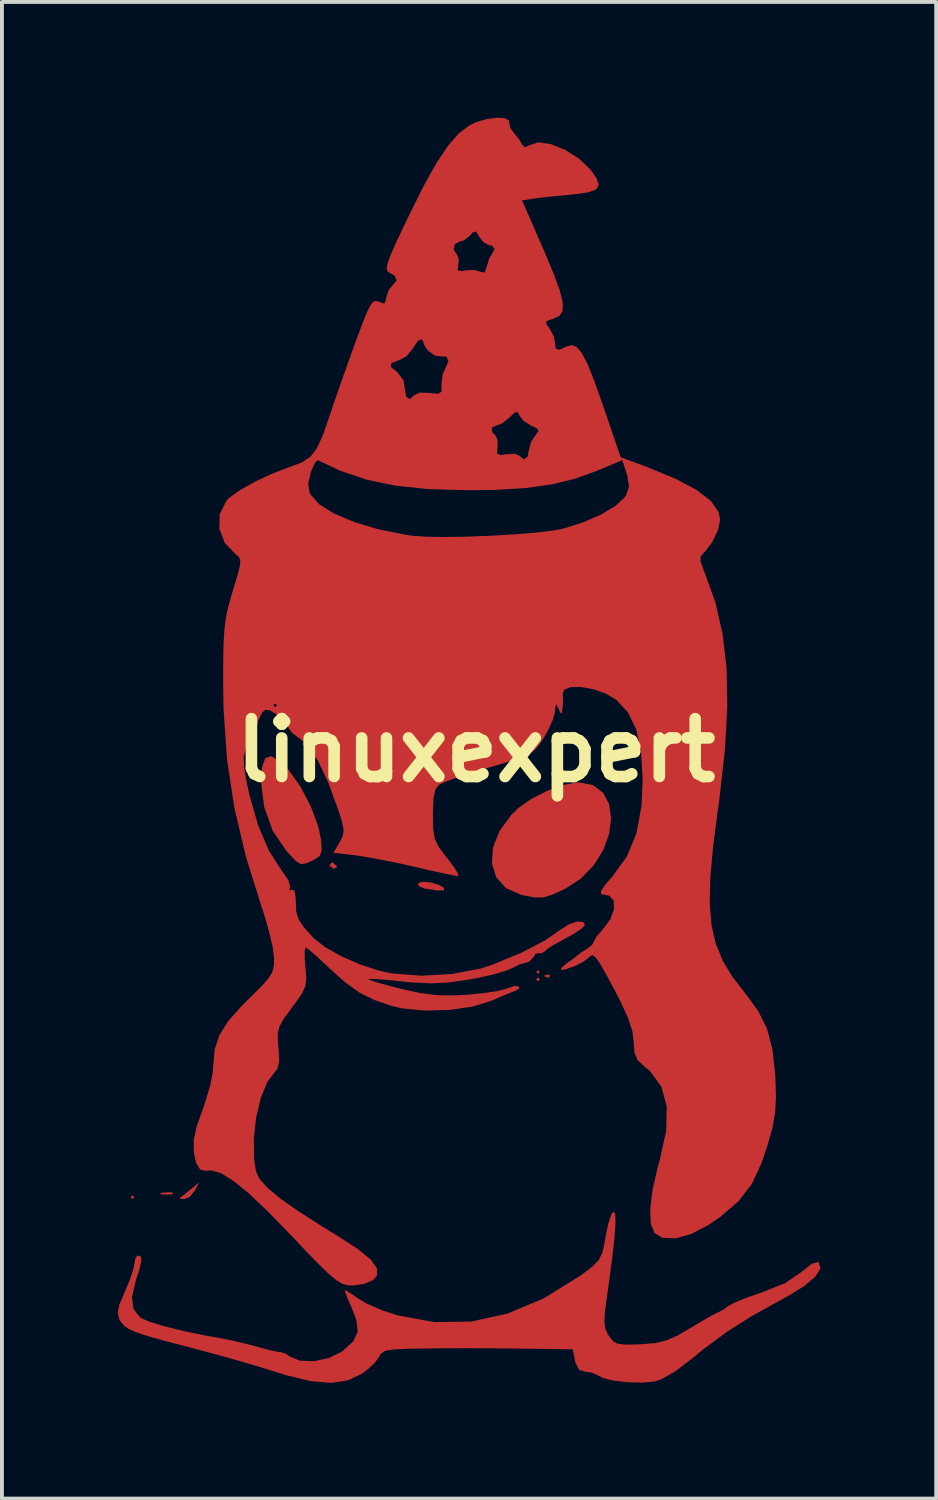
<source format=kicad_pcb>
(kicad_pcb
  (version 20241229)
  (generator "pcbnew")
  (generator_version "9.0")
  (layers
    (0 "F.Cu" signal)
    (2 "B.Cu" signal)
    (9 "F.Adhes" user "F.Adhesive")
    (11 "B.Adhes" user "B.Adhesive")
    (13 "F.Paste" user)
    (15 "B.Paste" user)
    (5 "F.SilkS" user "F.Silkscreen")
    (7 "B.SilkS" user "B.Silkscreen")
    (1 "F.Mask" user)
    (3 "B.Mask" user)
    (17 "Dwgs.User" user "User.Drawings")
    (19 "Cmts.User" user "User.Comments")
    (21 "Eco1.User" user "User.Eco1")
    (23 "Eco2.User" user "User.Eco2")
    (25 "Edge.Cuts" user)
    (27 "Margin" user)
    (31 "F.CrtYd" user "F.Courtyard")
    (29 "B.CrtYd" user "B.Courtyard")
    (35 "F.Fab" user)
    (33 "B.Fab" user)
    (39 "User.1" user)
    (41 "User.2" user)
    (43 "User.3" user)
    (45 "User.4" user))
  (footprint "linuxexpert"
    (layer "F.Cu")
    (at 9.287 16.395)
    (property "Reference" "linuxexpert" (at 0 0 0) (layer "F.SilkS") (effects (font (size 1.5 1.5) (thickness 0.3))))
    (attr board_only exclude_from_pos_files exclude_from_bom)
    (fp_poly (pts (xy -8.856 11.581) (xy -8.905 11.63) (xy -8.953 11.581) (xy -8.905 11.532)) (stroke (width 0) (type solid)) (fill yes) (layer "F.Cu"))
    (fp_poly (pts (xy 1.654 5.742) (xy 1.606 5.79) (xy 1.557 5.742) (xy 1.606 5.693)) (stroke (width 0) (type solid)) (fill yes) (layer "F.Cu"))
    (fp_poly (pts (xy 1.654 5.936) (xy 1.606 5.985) (xy 1.557 5.936) (xy 1.606 5.888)) (stroke (width 0) (type solid)) (fill yes) (layer "F.Cu"))
    (fp_poly (pts (xy 1.914 5.823) (xy 1.901 5.881) (xy 1.849 5.888) (xy 1.769 5.852) (xy 1.784 5.823) (xy 1.9 5.811)) (stroke (width 0) (type solid)) (fill yes) (layer "F.Cu"))
    (fp_poly (pts (xy -7.857 11.468) (xy -7.853 11.5) (xy -8.006 11.513) (xy -8.029 11.513) (xy -8.18 11.499) (xy -8.165 11.47) (xy -8.149 11.465) (xy -7.937 11.45)) (stroke (width 0) (type solid)) (fill yes) (layer "F.Cu"))
    (fp_poly (pts (xy -3.698 2.92) (xy -3.605 3.007) (xy -3.601 3.023) (xy -3.676 3.064) (xy -3.698 3.066) (xy -3.792 2.991) (xy -3.795 2.962) (xy -3.736 2.904)) (stroke (width 0) (type solid)) (fill yes) (layer "F.Cu"))
    (fp_poly (pts (xy -7.288 11.411) (xy -7.433 11.578) (xy -7.562 11.63) (xy -7.678 11.617) (xy -7.68 11.604) (xy -7.584 11.53) (xy -7.409 11.387) (xy -7.406 11.385) (xy -7.173 11.192)) (stroke (width 0) (type solid)) (fill yes) (layer "F.Cu"))
    (fp_poly (pts (xy -1.164 3.425) (xy -0.942 3.496) (xy -0.832 3.565) (xy -0.829 3.624) (xy -0.996 3.631) (xy -1.314 3.585) (xy -1.34 3.581) (xy -1.488 3.516) (xy -1.504 3.447) (xy -1.38 3.404)) (stroke (width 0) (type solid)) (fill yes) (layer "F.Cu"))
    (fp_poly (pts (xy -5.086 0.28) (xy -4.861 0.506) (xy -4.552 0.938) (xy -4.281 1.456) (xy -4.087 1.981) (xy -4.015 2.329) (xy -4 2.594) (xy -4.052 2.74) (xy -4.201 2.838) (xy -4.228 2.851) (xy -4.416 2.933) (xy -4.543 2.946) (xy -4.667 2.869) (xy -4.849 2.68) (xy -4.919 2.603) (xy -5.268 2.089) (xy -5.492 1.463) (xy -5.569 0.852) (xy -5.548 0.435) (xy -5.463 0.202) (xy -5.309 0.15)) (stroke (width 0) (type solid)) (fill yes) (layer "F.Cu"))
    (fp_poly (pts (xy 3.029 0.9) (xy 3.293 1.1) (xy 3.449 1.397) (xy 3.499 1.763) (xy 3.447 2.168) (xy 3.296 2.583) (xy 3.049 2.979) (xy 2.711 3.327) (xy 2.333 3.573) (xy 1.999 3.732) (xy 1.757 3.809) (xy 1.53 3.814) (xy 1.238 3.76) (xy 1.169 3.744) (xy 0.778 3.572) (xy 0.524 3.292) (xy 0.411 2.932) (xy 0.438 2.522) (xy 0.607 2.09) (xy 0.917 1.667) (xy 1.101 1.489) (xy 1.433 1.258) (xy 1.847 1.049) (xy 2.27 0.896) (xy 2.624 0.829) (xy 2.652 0.828)) (stroke (width 0) (type solid)) (fill yes) (layer "F.Cu"))
    (fp_poly (pts (xy 3.605 12.01) (xy 3.614 12.233) (xy 3.587 12.627) (xy 3.523 13.197) (xy 3.421 13.951) (xy 3.395 14.13) (xy 3.341 14.537) (xy 3.325 14.805) (xy 3.349 14.986) (xy 3.415 15.132) (xy 3.441 15.174) (xy 3.543 15.306) (xy 3.667 15.376) (xy 3.867 15.401) (xy 4.199 15.394) (xy 4.259 15.391) (xy 4.629 15.362) (xy 4.924 15.294) (xy 5.223 15.163) (xy 5.581 14.955) (xy 5.899 14.766) (xy 6.15 14.623) (xy 6.29 14.553) (xy 6.304 14.549) (xy 6.413 14.493) (xy 6.513 14.415) (xy 6.677 14.322) (xy 6.97 14.2) (xy 7.331 14.073) (xy 7.383 14.057) (xy 8.007 13.808) (xy 8.446 13.507) (xy 8.699 13.305) (xy 8.859 13.259) (xy 8.887 13.276) (xy 8.923 13.432) (xy 8.791 13.639) (xy 8.506 13.881) (xy 8.082 14.144) (xy 7.964 14.207) (xy 7.169 14.645) (xy 6.496 15.071) (xy 5.881 15.527) (xy 5.595 15.763) (xy 5.162 16.093) (xy 4.795 16.3) (xy 4.619 16.357) (xy 4.302 16.385) (xy 3.933 16.376) (xy 3.576 16.335) (xy 3.297 16.27) (xy 3.175 16.206) (xy 3.004 16.126) (xy 2.849 16.106) (xy 2.671 16.056) (xy 2.577 15.872) (xy 2.564 15.814) (xy 2.506 15.522) (xy 1.326 15.506) (xy 0.417 15.496) (xy -0.358 15.493) (xy -1.057 15.497) (xy -1.741 15.508) (xy -1.779 15.508) (xy -2.142 15.525) (xy -2.356 15.562) (xy -2.468 15.634) (xy -2.509 15.71) (xy -2.63 15.878) (xy -2.851 16.077) (xy -2.948 16.148) (xy -3.316 16.325) (xy -3.751 16.392) (xy -4.281 16.347) (xy -4.933 16.19) (xy -5.207 16.104) (xy -5.643 15.968) (xy -6.2 15.805) (xy -6.808 15.635) (xy -7.398 15.478) (xy -7.445 15.465) (xy -8.043 15.309) (xy -8.481 15.187) (xy -8.787 15.088) (xy -8.991 15) (xy -9.12 14.912) (xy -9.205 14.812) (xy -9.246 14.742) (xy -9.287 14.583) (xy -9.245 14.368) (xy -9.109 14.044) (xy -9.102 14.029) (xy -8.967 13.709) (xy -8.878 13.431) (xy -8.856 13.299) (xy -8.818 13.133) (xy -8.759 13.089) (xy -8.683 13.12) (xy -8.672 13.234) (xy -8.73 13.468) (xy -8.815 13.73) (xy -8.916 14.164) (xy -8.878 14.48) (xy -8.697 14.699) (xy -8.663 14.721) (xy -8.445 14.814) (xy -8.079 14.924) (xy -7.611 15.04) (xy -7.086 15.151) (xy -6.666 15.226) (xy -6.275 15.304) (xy -5.837 15.41) (xy -5.644 15.463) (xy -5.345 15.544) (xy -5.126 15.591) (xy -5.051 15.595) (xy -4.94 15.63) (xy -4.828 15.708) (xy -4.562 15.818) (xy -4.203 15.83) (xy -3.82 15.749) (xy -3.482 15.584) (xy -3.451 15.561) (xy -3.179 15.311) (xy -3.067 15.064) (xy -3.102 14.763) (xy -3.206 14.491) (xy -3.32 14.223) (xy -3.393 14.037) (xy -3.406 13.99) (xy -3.338 14.013) (xy -3.167 14.126) (xy -3.076 14.194) (xy -2.814 14.346) (xy -2.442 14.507) (xy -2.039 14.641) (xy -2.032 14.643) (xy -1.075 14.817) (xy -0.131 14.803) (xy 0.808 14.599) (xy 1.749 14.204) (xy 2.696 13.617) (xy 2.725 13.596) (xy 3.012 13.38) (xy 3.181 13.206) (xy 3.276 13.009) (xy 3.338 12.719) (xy 3.357 12.598) (xy 3.423 12.276) (xy 3.498 12.041) (xy 3.559 11.951)) (stroke (width 0) (type solid)) (fill yes) (layer "F.Cu"))
    (fp_poly (pts (xy 0.752 -16.382) (xy 0.855 -16.318) (xy 0.854 -16.283) (xy 0.885 -16.131) (xy 0.979 -16.003) (xy 1.129 -15.817) (xy 1.188 -15.705) (xy 1.264 -15.623) (xy 1.371 -15.679) (xy 1.614 -15.756) (xy 1.94 -15.71) (xy 2.304 -15.563) (xy 2.66 -15.338) (xy 2.961 -15.057) (xy 3.123 -14.824) (xy 3.18 -14.655) (xy 3.119 -14.54) (xy 2.916 -14.463) (xy 2.549 -14.41) (xy 2.429 -14.398) (xy 2.044 -14.362) (xy 1.692 -14.324) (xy 1.496 -14.298) (xy 1.192 -14.253) (xy 1.758 -12.953) (xy 2.007 -12.362) (xy 2.168 -11.921) (xy 2.247 -11.606) (xy 2.244 -11.394) (xy 2.163 -11.262) (xy 2.007 -11.186) (xy 1.979 -11.179) (xy 1.817 -11.121) (xy 1.825 -11.035) (xy 1.893 -10.953) (xy 2.016 -10.727) (xy 2.044 -10.576) (xy 2.065 -10.405) (xy 2.159 -10.38) (xy 2.329 -10.458) (xy 2.472 -10.502) (xy 2.605 -10.456) (xy 2.739 -10.3) (xy 2.887 -10.017) (xy 3.06 -9.585) (xy 3.273 -8.986) (xy 3.283 -8.956) (xy 3.747 -7.597) (xy 4.428 -7.343) (xy 5.164 -7.041) (xy 5.713 -6.75) (xy 6.084 -6.464) (xy 6.284 -6.178) (xy 6.326 -5.967) (xy 6.265 -5.697) (xy 6.116 -5.389) (xy 5.928 -5.144) (xy 5.9 -5.12) (xy 5.819 -5.023) (xy 5.818 -4.891) (xy 5.899 -4.661) (xy 5.931 -4.587) (xy 6.203 -3.831) (xy 6.389 -3.018) (xy 6.492 -2.126) (xy 6.511 -1.131) (xy 6.448 -0.009) (xy 6.305 1.263) (xy 6.267 1.537) (xy 6.142 2.497) (xy 6.07 3.297) (xy 6.055 3.964) (xy 6.101 4.527) (xy 6.212 5.014) (xy 6.393 5.453) (xy 6.647 5.872) (xy 6.965 6.283) (xy 7.309 6.749) (xy 7.54 7.216) (xy 7.68 7.747) (xy 7.752 8.402) (xy 7.755 8.451) (xy 7.771 8.954) (xy 7.751 9.373) (xy 7.682 9.777) (xy 7.553 10.234) (xy 7.393 10.705) (xy 7.15 11.231) (xy 6.807 11.679) (xy 6.326 12.093) (xy 6.041 12.288) (xy 5.581 12.532) (xy 5.167 12.648) (xy 4.829 12.631) (xy 4.623 12.506) (xy 4.528 12.272) (xy 4.512 11.889) (xy 4.575 11.383) (xy 4.713 10.781) (xy 4.762 10.61) (xy 4.927 9.859) (xy 4.941 9.229) (xy 4.803 8.716) (xy 4.512 8.318) (xy 4.388 8.215) (xy 4.189 8.033) (xy 4.103 7.827) (xy 4.087 7.577) (xy 4.052 7.285) (xy 3.938 6.934) (xy 3.729 6.48) (xy 3.639 6.306) (xy 3.397 5.849) (xy 3.224 5.546) (xy 3.105 5.373) (xy 3.023 5.308) (xy 2.961 5.329) (xy 2.94 5.355) (xy 2.794 5.47) (xy 2.554 5.591) (xy 2.314 5.677) (xy 2.212 5.693) (xy 2.199 5.648) (xy 2.323 5.539) (xy 2.338 5.528) (xy 2.526 5.394) (xy 2.628 5.309) (xy 2.745 5.223) (xy 2.86 5.154) (xy 3.011 5.034) (xy 3.05 4.96) (xy 3.118 4.831) (xy 3.272 4.65) (xy 3.279 4.644) (xy 3.478 4.379) (xy 3.575 4.114) (xy 3.566 3.894) (xy 3.448 3.764) (xy 3.352 3.747) (xy 3.239 3.725) (xy 3.238 3.641) (xy 3.359 3.468) (xy 3.54 3.26) (xy 3.909 2.749) (xy 4.155 2.154) (xy 4.287 1.445) (xy 4.317 0.77) (xy 4.275 0.034) (xy 4.15 -0.544) (xy 3.934 -0.988) (xy 3.63 -1.312) (xy 3.36 -1.472) (xy 3.043 -1.583) (xy 2.727 -1.641) (xy 2.459 -1.64) (xy 2.286 -1.574) (xy 2.248 -1.472) (xy 2.252 -1.295) (xy 2.243 -1.119) (xy 2.223 -0.956) (xy 2.185 -0.975) (xy 2.141 -1.07) (xy 2.079 -1.194) (xy 2.055 -1.142) (xy 2.049 -1.022) (xy 1.993 -0.801) (xy 1.859 -0.505) (xy 1.761 -0.334) (xy 1.637 -0.146) (xy 1.519 -0.009) (xy 1.368 0.097) (xy 1.145 0.195) (xy 0.812 0.304) (xy 0.34 0.442) (xy -0.117 0.58) (xy -0.514 0.711) (xy -0.81 0.819) (xy -0.96 0.89) (xy -1.052 1.012) (xy -1.102 1.239) (xy -1.119 1.612) (xy -1.119 1.673) (xy -1.111 2.041) (xy -1.071 2.29) (xy -0.972 2.499) (xy -0.789 2.744) (xy -0.742 2.8) (xy -0.562 3.039) (xy -0.464 3.205) (xy -0.467 3.26) (xy -0.599 3.239) (xy -0.876 3.181) (xy -1.253 3.097) (xy -1.574 3.022) (xy -2.064 2.913) (xy -2.554 2.815) (xy -2.968 2.743) (xy -3.137 2.719) (xy -3.696 2.654) (xy -3.539 2.387) (xy -3.453 2.218) (xy -3.432 2.06) (xy -3.476 1.841) (xy -3.553 1.596) (xy -3.822 0.854) (xy -4.091 0.281) (xy -4.353 -0.114) (xy -4.562 -0.3) (xy -4.763 -0.449) (xy -4.863 -0.582) (xy -4.866 -0.598) (xy -4.939 -0.729) (xy -5.117 -0.895) (xy -5.147 -0.917) (xy -5.347 -1.041) (xy -5.467 -1.046) (xy -5.544 -0.977) (xy -5.646 -0.772) (xy -5.688 -0.586) (xy -5.772 -0.32) (xy -5.875 -0.161) (xy -5.976 -0.012) (xy -6.021 0.174) (xy -6.011 0.439) (xy -5.945 0.825) (xy -5.875 1.149) (xy -5.649 1.941) (xy -5.364 2.609) (xy -5.034 3.12) (xy -5.02 3.137) (xy -4.868 3.36) (xy -4.816 3.532) (xy -4.825 3.565) (xy -4.839 3.634) (xy -4.784 3.61) (xy -4.707 3.632) (xy -4.674 3.827) (xy -4.671 3.94) (xy -4.659 4.185) (xy -4.601 4.376) (xy -4.468 4.576) (xy -4.227 4.847) (xy -4.212 4.863) (xy -3.924 5.092) (xy -3.506 5.328) (xy -3.019 5.542) (xy -2.525 5.706) (xy -2.19 5.78) (xy -1.421 5.84) (xy -0.627 5.796) (xy 0.112 5.656) (xy 0.425 5.555) (xy 1.184 5.24) (xy 1.786 4.926) (xy 2.173 4.658) (xy 2.409 4.506) (xy 2.63 4.433) (xy 2.784 4.45) (xy 2.822 4.524) (xy 2.742 4.615) (xy 2.534 4.755) (xy 2.311 4.877) (xy 2.031 5.029) (xy 1.832 5.157) (xy 1.768 5.22) (xy 1.675 5.262) (xy 1.645 5.25) (xy 1.541 5.275) (xy 1.497 5.346) (xy 1.374 5.48) (xy 1.3 5.498) (xy 1.117 5.549) (xy 0.944 5.64) (xy 0.753 5.72) (xy 0.427 5.813) (xy 0.023 5.902) (xy -0.157 5.935) (xy -0.71 6.015) (xy -1.184 6.039) (xy -1.687 6.012) (xy -1.902 5.99) (xy -2.288 5.95) (xy -2.592 5.926) (xy -2.77 5.922) (xy -2.796 5.927) (xy -2.724 5.963) (xy -2.502 6.033) (xy -2.17 6.123) (xy -1.957 6.177) (xy -1.438 6.291) (xy -1.003 6.346) (xy -0.554 6.351) (xy -0.24 6.333) (xy 0.168 6.295) (xy 0.518 6.244) (xy 0.751 6.189) (xy 0.793 6.172) (xy 0.995 6.107) (xy 1.1 6.113) (xy 1.123 6.172) (xy 1.022 6.228) (xy 0.816 6.31) (xy 0.525 6.434) (xy 0.403 6.488) (xy -0.089 6.64) (xy -0.689 6.727) (xy -1.322 6.744) (xy -1.911 6.687) (xy -2.173 6.627) (xy -2.634 6.471) (xy -3.018 6.28) (xy -3.388 6.016) (xy -3.809 5.639) (xy -3.842 5.606) (xy -4.1 5.365) (xy -4.304 5.189) (xy -4.413 5.11) (xy -4.418 5.109) (xy -4.442 5.196) (xy -4.439 5.42) (xy -4.422 5.62) (xy -4.399 5.902) (xy -4.423 6.108) (xy -4.516 6.309) (xy -4.702 6.574) (xy -4.772 6.666) (xy -4.987 6.96) (xy -5.103 7.171) (xy -5.143 7.367) (xy -5.13 7.617) (xy -5.12 7.7) (xy -5.1 8.046) (xy -5.144 8.248) (xy -5.196 8.312) (xy -5.406 8.588) (xy -5.577 9.004) (xy -5.698 9.51) (xy -5.76 10.054) (xy -5.753 10.584) (xy -5.703 10.91) (xy -5.612 11.104) (xy -5.409 11.333) (xy -5.082 11.607) (xy -4.615 11.936) (xy -3.996 12.333) (xy -3.569 12.594) (xy -3.059 12.926) (xy -2.725 13.202) (xy -2.564 13.429) (xy -2.569 13.616) (xy -2.674 13.732) (xy -2.897 13.825) (xy -3.189 13.867) (xy -3.213 13.868) (xy -3.347 13.859) (xy -3.477 13.818) (xy -3.626 13.727) (xy -3.817 13.568) (xy -4.074 13.319) (xy -4.42 12.964) (xy -4.812 12.55) (xy -5.407 11.938) (xy -5.898 11.474) (xy -6.298 11.15) (xy -6.616 10.955) (xy -6.866 10.883) (xy -7 10.897) (xy -7.15 10.863) (xy -7.259 10.683) (xy -7.317 10.407) (xy -7.315 10.081) (xy -7.242 9.753) (xy -7.237 9.74) (xy -7.025 9.137) (xy -6.889 8.681) (xy -6.822 8.341) (xy -6.812 8.184) (xy -6.776 7.758) (xy -6.653 7.383) (xy -6.42 7.012) (xy -6.052 6.6) (xy -5.913 6.463) (xy -5.596 6.149) (xy -5.395 5.927) (xy -5.285 5.755) (xy -5.24 5.591) (xy -5.234 5.396) (xy -5.235 5.378) (xy -5.272 5.096) (xy -5.362 4.702) (xy -5.489 4.265) (xy -5.542 4.106) (xy -5.964 2.758) (xy -6.264 1.489) (xy -6.454 0.237) (xy -6.543 -1.06) (xy -6.545 -1.168) (xy -5.255 -1.168) (xy -5.207 -1.119) (xy -5.158 -1.168) (xy -5.207 -1.216) (xy -5.255 -1.168) (xy -6.545 -1.168) (xy -6.554 -1.703) (xy -6.553 -2.322) (xy -6.543 -2.792) (xy -6.519 -3.156) (xy -6.478 -3.461) (xy -6.414 -3.751) (xy -6.323 -4.071) (xy -6.304 -4.133) (xy -6.185 -4.527) (xy -6.121 -4.777) (xy -6.11 -4.926) (xy -6.148 -5.014) (xy -6.233 -5.084) (xy -6.237 -5.088) (xy -6.517 -5.383) (xy -6.653 -5.746) (xy -6.642 -6.122) (xy -6.475 -6.459) (xy -6.394 -6.546) (xy -6.126 -6.74) (xy -5.824 -6.909) (xy -4.351 -6.909) (xy -4.318 -6.694) (xy -4.281 -6.617) (xy -4.059 -6.372) (xy -3.673 -6.134) (xy -3.156 -5.916) (xy -2.54 -5.731) (xy -1.857 -5.592) (xy -1.654 -5.562) (xy -1.3 -5.536) (xy -0.808 -5.529) (xy -0.227 -5.538) (xy 0.394 -5.562) (xy 1.004 -5.598) (xy 1.556 -5.643) (xy 1.999 -5.696) (xy 2.23 -5.739) (xy 2.759 -5.902) (xy 3.236 -6.109) (xy 3.617 -6.337) (xy 3.859 -6.565) (xy 3.892 -6.617) (xy 3.962 -6.84) (xy 3.922 -7.108) (xy 3.9 -7.18) (xy 3.788 -7.52) (xy 3.132 -7.244) (xy 2.562 -7.038) (xy 1.957 -6.891) (xy 1.277 -6.797) (xy 0.48 -6.749) (xy -0.243 -6.741) (xy -1.237 -6.771) (xy -2.083 -6.858) (xy -2.825 -7.011) (xy -3.504 -7.239) (xy -4.102 -7.519) (xy -4.17 -7.459) (xy -4.259 -7.268) (xy -4.284 -7.196) (xy -4.351 -6.909) (xy -5.824 -6.909) (xy -5.737 -6.957) (xy -5.294 -7.166) (xy -4.862 -7.332) (xy -4.817 -7.347) (xy -4.512 -7.463) (xy -4.291 -7.612) (xy -4.12 -7.836) (xy -3.967 -8.176) (xy -3.902 -8.36) (xy 0.404 -8.36) (xy 0.421 -8.237) (xy 0.496 -8.169) (xy 0.56 -8.034) (xy 0.556 -7.862) (xy 0.543 -7.695) (xy 0.63 -7.652) (xy 0.786 -7.675) (xy 1.003 -7.686) (xy 1.121 -7.636) (xy 1.241 -7.543) (xy 1.338 -7.616) (xy 1.362 -7.753) (xy 1.426 -7.993) (xy 1.521 -8.14) (xy 1.62 -8.274) (xy 1.568 -8.352) (xy 1.437 -8.408) (xy 1.229 -8.538) (xy 1.13 -8.669) (xy 1.07 -8.773) (xy 0.984 -8.743) (xy 0.869 -8.628) (xy 0.682 -8.475) (xy 0.531 -8.418) (xy 0.404 -8.36) (xy -3.902 -8.36) (xy -3.836 -8.551) (xy -3.695 -8.967) (xy -3.512 -9.495) (xy -3.356 -9.936) (xy -2.209 -9.936) (xy -2.044 -9.803) (xy -1.882 -9.593) (xy -1.849 -9.39) (xy -1.812 -9.168) (xy -1.72 -9.1) (xy -1.6 -9.206) (xy -1.599 -9.207) (xy -1.46 -9.27) (xy -1.206 -9.262) (xy -1.203 -9.262) (xy -0.982 -9.239) (xy -0.898 -9.295) (xy -0.894 -9.47) (xy -0.895 -9.485) (xy -0.868 -9.743) (xy -0.79 -9.912) (xy -0.715 -10.085) (xy -0.768 -10.205) (xy -0.915 -10.209) (xy -1.074 -10.234) (xy -1.248 -10.361) (xy -1.356 -10.523) (xy -1.362 -10.566) (xy -1.406 -10.658) (xy -1.508 -10.608) (xy -1.623 -10.442) (xy -1.635 -10.416) (xy -1.807 -10.21) (xy -1.992 -10.113) (xy -2.196 -10.034) (xy -2.209 -9.936) (xy -3.356 -9.936) (xy -3.312 -10.061) (xy -3.141 -10.533) (xy -2.961 -11.019) (xy -2.83 -11.347) (xy -2.732 -11.544) (xy -2.653 -11.635) (xy -2.578 -11.648) (xy -2.521 -11.625) (xy -2.378 -11.578) (xy -2.336 -11.677) (xy -2.336 -11.711) (xy -2.265 -11.93) (xy -2.19 -12.019) (xy -2.057 -12.176) (xy -2.11 -12.299) (xy -2.229 -12.369) (xy -2.293 -12.412) (xy -2.318 -12.485) (xy -2.297 -12.614) (xy -2.22 -12.824) (xy -2.157 -12.967) (xy -0.579 -12.967) (xy -0.496 -12.852) (xy -0.447 -12.726) (xy -0.462 -12.588) (xy -0.477 -12.441) (xy -0.375 -12.418) (xy -0.282 -12.438) (xy -0.043 -12.45) (xy 0.098 -12.406) (xy 0.217 -12.38) (xy 0.274 -12.521) (xy 0.276 -12.532) (xy 0.34 -12.747) (xy 0.398 -12.841) (xy 0.483 -12.996) (xy 0.405 -13.083) (xy 0.344 -13.089) (xy 0.193 -13.167) (xy 0.088 -13.301) (xy -0.006 -13.445) (xy -0.086 -13.424) (xy -0.145 -13.35) (xy -0.315 -13.214) (xy -0.424 -13.187) (xy -0.554 -13.115) (xy -0.579 -12.967) (xy -2.157 -12.967) (xy -2.08 -13.142) (xy -1.867 -13.594) (xy -1.713 -13.916) (xy -1.34 -14.661) (xy -1.015 -15.24) (xy -0.722 -15.675) (xy -0.449 -15.986) (xy -0.179 -16.192) (xy -0.029 -16.267) (xy 0.257 -16.356) (xy 0.535 -16.395)) (stroke (width 0) (type solid)) (fill yes) (layer "F.Cu")))
  (gr_rect
    (start -3 -3)
    (end 21.211 35.786)
    (stroke (width 0.1) (type default))
    (fill no)
    (layer "Edge.Cuts")))
</source>
